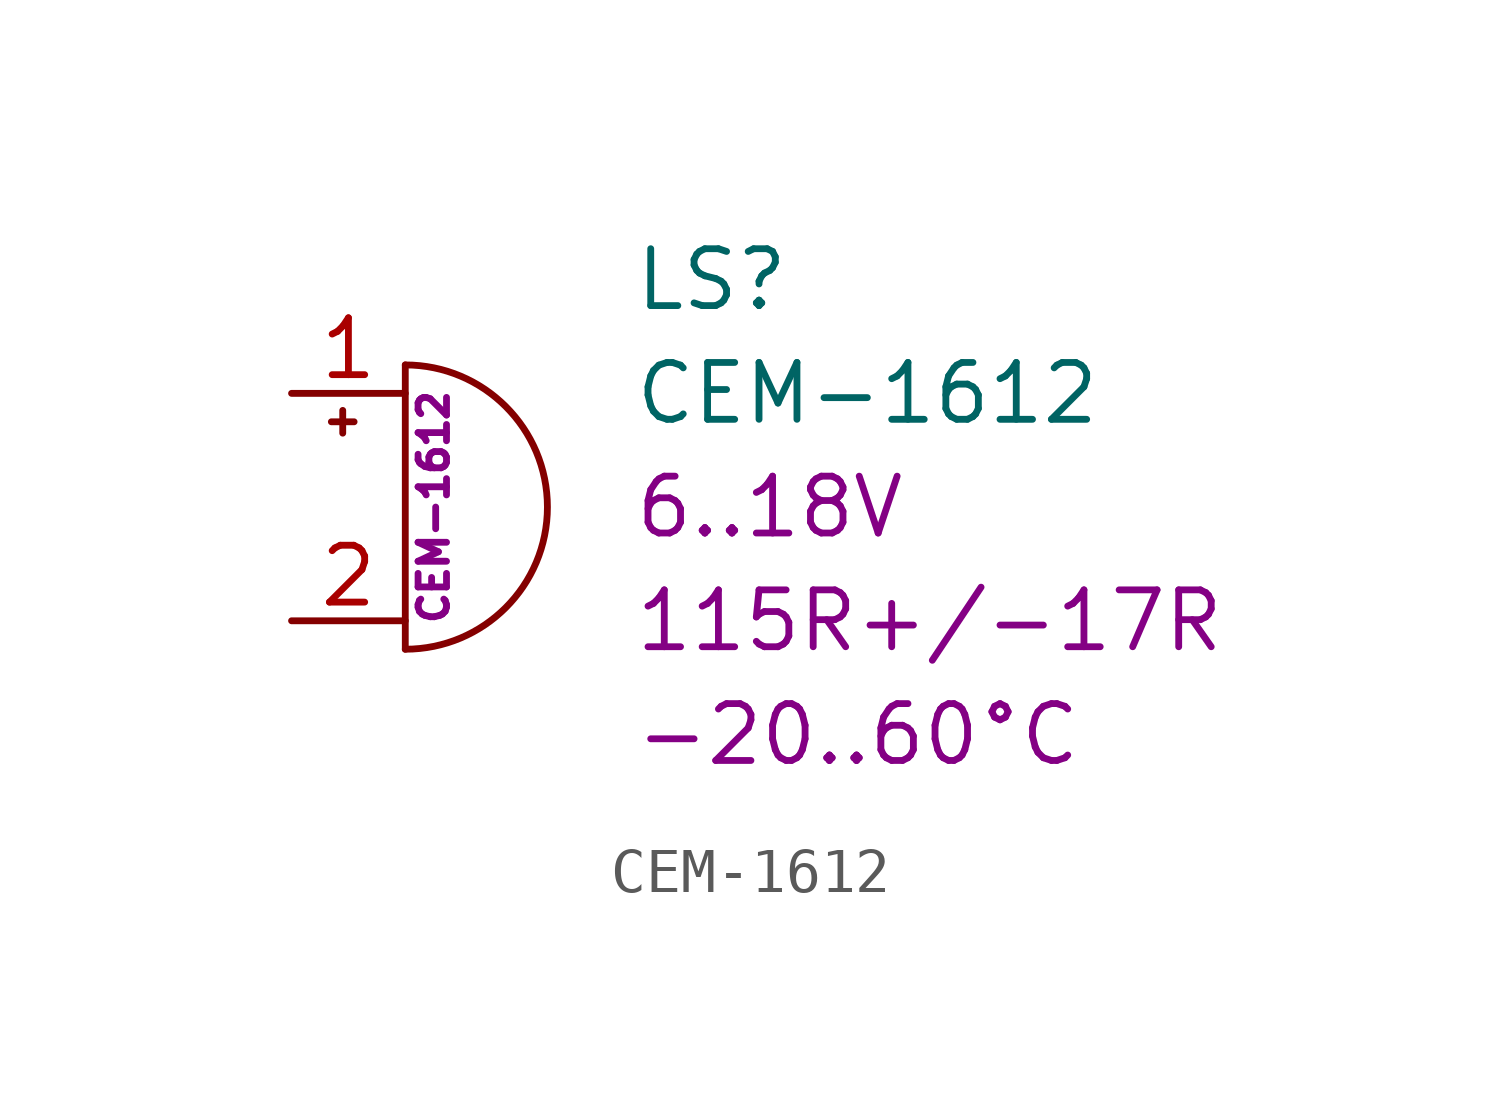
<source format=kicad_sym>
(kicad_symbol_lib
  (version 20231120)
  (generator "kicad_symbol_editor")
  (generator_version "8.0")
  (symbol "CEM-1612"
    (pin_names
      (offset 0.025) hide)
    (property "Reference" "LS"
      (at 5.08 5.08 0)
      (effects (font (size 1.27 1.27)) (justify left)))
    (property "Value" "CEM-1612"
      (at 5.08 2.54 0)
      (effects (font (size 1.27 1.27)) (justify left)))
    (property "Voltage" "6..18V"
      (at 5.08 0 0)
      (effects (font (size 1.27 1.27)) (justify left)))
    (property "Resistance" "115R+/-17R"
      (at 5.08 -2.54 0)
      (effects (font (size 1.27 1.27)) (justify left)))
    (property "Temperature" "-20..60°C"
      (at 5.08 -5.08 0)
      (effects (font (size 1.27 1.27)) (justify left)))
    (property "MPN" "CEM-1612"
      (at 0.635 0 90)
      (effects (font (size 0.635 0.635))))
    (symbol "CEM-1612_0_1"
      (arc (start 0 -3.175) (mid 3.1612 0) (end 0 3.175) (stroke (width 0) (type default)) (fill (type none)))
      (polyline (pts (xy -1.651 1.905) (xy -1.143 1.905)) (stroke (width 0) (type default)) (fill (type none)))
      (polyline (pts (xy -1.397 2.159) (xy -1.397 1.651)) (stroke (width 0) (type default)) (fill (type none)))
      (polyline (pts (xy 0 3.175) (xy 0 -3.175)) (stroke (width 0) (type default)) (fill (type none))))
    (symbol "CEM-1612_1_1"
      (pin passive line (at -2.54 2.54 0) (length 2.54) (name "-" (effects (font (size 1.27 1.27)))) (number "1" (effects (font (size 1.27 1.27)))))
      (pin passive line (at -2.54 -2.54 0) (length 2.54) (name "+" (effects (font (size 1.27 1.27)))) (number "2" (effects (font (size 1.27 1.27))))))))
</source>
